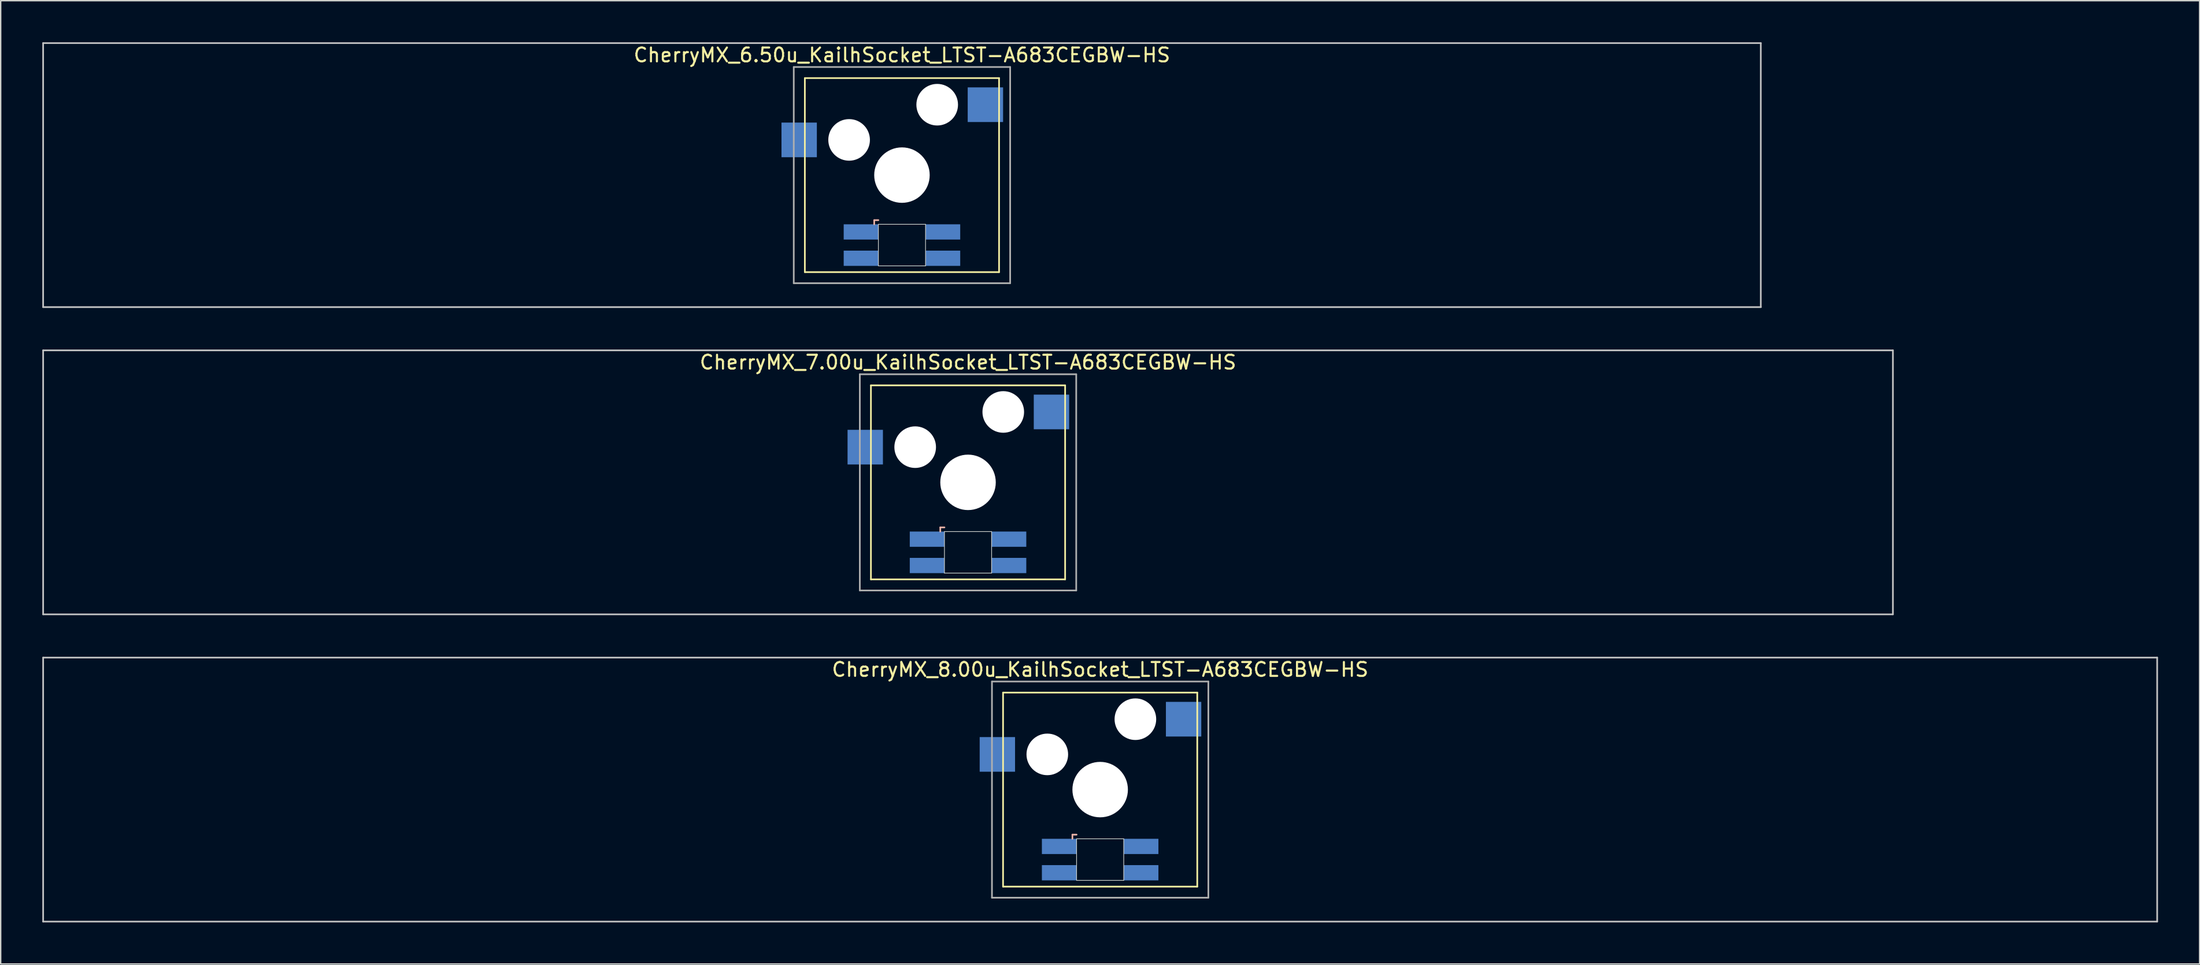
<source format=kicad_pcb>
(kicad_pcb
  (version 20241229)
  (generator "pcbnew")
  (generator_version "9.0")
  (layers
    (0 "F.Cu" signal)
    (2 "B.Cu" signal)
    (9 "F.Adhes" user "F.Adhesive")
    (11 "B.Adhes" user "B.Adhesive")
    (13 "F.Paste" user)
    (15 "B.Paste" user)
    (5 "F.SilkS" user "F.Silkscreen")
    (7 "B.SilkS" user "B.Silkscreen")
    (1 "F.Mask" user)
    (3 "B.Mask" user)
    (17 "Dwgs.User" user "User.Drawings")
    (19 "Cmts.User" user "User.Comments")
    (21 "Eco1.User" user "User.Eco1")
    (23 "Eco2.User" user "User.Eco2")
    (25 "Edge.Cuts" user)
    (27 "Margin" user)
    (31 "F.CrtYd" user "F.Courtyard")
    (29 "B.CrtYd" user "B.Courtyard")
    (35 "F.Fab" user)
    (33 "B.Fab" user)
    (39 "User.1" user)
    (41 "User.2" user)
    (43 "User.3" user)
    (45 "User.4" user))
  (footprint "CherryMX_7.00u_KailhSocket_LTST-A683CEGBW-HS"
    (layer "F.Cu")
    (at 66.735 31.755)
    (property "Reference" "CherryMX_7.00u_KailhSocket_LTST-A683CEGBW-HS" (at 0 -8.662 0) (layer "F.SilkS") (effects (font (size 1 1) (thickness 0.15))))
    (attr through_hole)
    (fp_line (start -7 -7) (end -7 7) (stroke (width 0.12) (type solid)) (layer "F.SilkS"))
    (fp_line (start -7 -7) (end 7 -7) (stroke (width 0.12) (type solid)) (layer "F.SilkS"))
    (fp_line (start 7 -7) (end 7 7) (stroke (width 0.12) (type solid)) (layer "F.SilkS"))
    (fp_line (start 7 7) (end -7 7) (stroke (width 0.12) (type solid)) (layer "F.SilkS"))
    (fp_line (start -2 3.25) (end -2 3.55) (stroke (width 0.12) (type solid)) (layer "B.SilkS"))
    (fp_line (start -1.7 3.25) (end -2 3.25) (stroke (width 0.12) (type solid)) (layer "B.SilkS"))
    (fp_line (start -66.675 -9.525) (end 66.675 -9.525) (stroke (width 0.12) (type solid)) (layer "Dwgs.User"))
    (fp_line (start -66.675 9.525) (end -66.675 -9.525) (stroke (width 0.12) (type solid)) (layer "Dwgs.User"))
    (fp_line (start 66.675 -9.525) (end 66.675 9.525) (stroke (width 0.12) (type solid)) (layer "Dwgs.User"))
    (fp_line (start 66.675 9.525) (end -66.675 9.525) (stroke (width 0.12) (type solid)) (layer "Dwgs.User"))
    (fp_line (start -1.7 3.55) (end 1.7 3.55) (stroke (width 0.05) (type solid)) (layer "Edge.Cuts"))
    (fp_line (start -1.7 6.55) (end -1.7 3.55) (stroke (width 0.05) (type solid)) (layer "Edge.Cuts"))
    (fp_line (start 1.7 3.55) (end 1.7 6.55) (stroke (width 0.05) (type solid)) (layer "Edge.Cuts"))
    (fp_line (start 1.7 6.55) (end -1.7 6.55) (stroke (width 0.05) (type solid)) (layer "Edge.Cuts"))
    (fp_line (start -7.8 -7.8) (end -7.8 7.8) (stroke (width 0.12) (type solid)) (layer "F.Fab"))
    (fp_line (start -7.8 -7.8) (end 7.8 -7.8) (stroke (width 0.12) (type solid)) (layer "F.Fab"))
    (fp_line (start -7.8 7.8) (end 7.8 7.8) (stroke (width 0.12) (type solid)) (layer "F.Fab"))
    (fp_line (start 7.8 -7.8) (end 7.8 7.8) (stroke (width 0.12) (type solid)) (layer "F.Fab"))
    (pad "" np_thru_hole circle (at -3.81 -2.54) (size 3 3) (drill 3) (layers "*.Cu" "*.Mask"))
    (pad "" np_thru_hole circle (at 0 0) (size 4 4) (drill 4) (layers "*.Cu" "*.Mask"))
    (pad "" np_thru_hole circle (at 2.54 -5.08) (size 3 3) (drill 3) (layers "*.Cu" "*.Mask"))
    (pad "1" smd rect (at -7.41 -2.54) (size 2.55 2.5) (layers "B.Cu" "B.Mask" "B.Paste"))
    (pad "2" smd rect (at 6.015 -5.08) (size 2.55 2.5) (layers "B.Cu" "B.Mask" "B.Paste"))
    (pad "3" smd rect (at -2.95 4.1) (size 2.5 1.1) (layers "B.Cu" "B.Mask" "B.Paste"))
    (pad "4" smd rect (at -2.95 6) (size 2.5 1.1) (layers "B.Cu" "B.Mask" "B.Paste"))
    (pad "5" smd rect (at 2.95 4.1) (size 2.5 1.1) (layers "B.Cu" "B.Mask" "B.Paste"))
    (pad "6" smd rect (at 2.95 6) (size 2.5 1.1) (layers "B.Cu" "B.Mask" "B.Paste")))
  (footprint "CherryMX_8.00u_KailhSocket_LTST-A683CEGBW-HS"
    (layer "F.Cu")
    (at 76.26 53.925)
    (property "Reference" "CherryMX_8.00u_KailhSocket_LTST-A683CEGBW-HS" (at 0 -8.662 0) (layer "F.SilkS") (effects (font (size 1 1) (thickness 0.15))))
    (attr through_hole)
    (fp_line (start -7 -7) (end -7 7) (stroke (width 0.12) (type solid)) (layer "F.SilkS"))
    (fp_line (start -7 -7) (end 7 -7) (stroke (width 0.12) (type solid)) (layer "F.SilkS"))
    (fp_line (start 7 -7) (end 7 7) (stroke (width 0.12) (type solid)) (layer "F.SilkS"))
    (fp_line (start 7 7) (end -7 7) (stroke (width 0.12) (type solid)) (layer "F.SilkS"))
    (fp_line (start -2 3.25) (end -2 3.55) (stroke (width 0.12) (type solid)) (layer "B.SilkS"))
    (fp_line (start -1.7 3.25) (end -2 3.25) (stroke (width 0.12) (type solid)) (layer "B.SilkS"))
    (fp_line (start -76.2 -9.525) (end 76.2 -9.525) (stroke (width 0.12) (type solid)) (layer "Dwgs.User"))
    (fp_line (start -76.2 9.525) (end -76.2 -9.525) (stroke (width 0.12) (type solid)) (layer "Dwgs.User"))
    (fp_line (start 76.2 -9.525) (end 76.2 9.525) (stroke (width 0.12) (type solid)) (layer "Dwgs.User"))
    (fp_line (start 76.2 9.525) (end -76.2 9.525) (stroke (width 0.12) (type solid)) (layer "Dwgs.User"))
    (fp_line (start -1.7 3.55) (end 1.7 3.55) (stroke (width 0.05) (type solid)) (layer "Edge.Cuts"))
    (fp_line (start -1.7 6.55) (end -1.7 3.55) (stroke (width 0.05) (type solid)) (layer "Edge.Cuts"))
    (fp_line (start 1.7 3.55) (end 1.7 6.55) (stroke (width 0.05) (type solid)) (layer "Edge.Cuts"))
    (fp_line (start 1.7 6.55) (end -1.7 6.55) (stroke (width 0.05) (type solid)) (layer "Edge.Cuts"))
    (fp_line (start -7.8 -7.8) (end -7.8 7.8) (stroke (width 0.12) (type solid)) (layer "F.Fab"))
    (fp_line (start -7.8 -7.8) (end 7.8 -7.8) (stroke (width 0.12) (type solid)) (layer "F.Fab"))
    (fp_line (start -7.8 7.8) (end 7.8 7.8) (stroke (width 0.12) (type solid)) (layer "F.Fab"))
    (fp_line (start 7.8 -7.8) (end 7.8 7.8) (stroke (width 0.12) (type solid)) (layer "F.Fab"))
    (pad "" np_thru_hole circle (at -3.81 -2.54) (size 3 3) (drill 3) (layers "*.Cu" "*.Mask"))
    (pad "" np_thru_hole circle (at 0 0) (size 4 4) (drill 4) (layers "*.Cu" "*.Mask"))
    (pad "" np_thru_hole circle (at 2.54 -5.08) (size 3 3) (drill 3) (layers "*.Cu" "*.Mask"))
    (pad "1" smd rect (at -7.41 -2.54) (size 2.55 2.5) (layers "B.Cu" "B.Mask" "B.Paste"))
    (pad "2" smd rect (at 6.015 -5.08) (size 2.55 2.5) (layers "B.Cu" "B.Mask" "B.Paste"))
    (pad "3" smd rect (at -2.95 4.1) (size 2.5 1.1) (layers "B.Cu" "B.Mask" "B.Paste"))
    (pad "4" smd rect (at -2.95 6) (size 2.5 1.1) (layers "B.Cu" "B.Mask" "B.Paste"))
    (pad "5" smd rect (at 2.95 4.1) (size 2.5 1.1) (layers "B.Cu" "B.Mask" "B.Paste"))
    (pad "6" smd rect (at 2.95 6) (size 2.5 1.1) (layers "B.Cu" "B.Mask" "B.Paste")))
  (footprint "CherryMX_6.50u_KailhSocket_LTST-A683CEGBW-HS"
    (layer "F.Cu")
    (at 61.972 9.585)
    (property "Reference" "CherryMX_6.50u_KailhSocket_LTST-A683CEGBW-HS" (at 0 -8.662 0) (layer "F.SilkS") (effects (font (size 1 1) (thickness 0.15))))
    (attr through_hole)
    (fp_line (start -7 -7) (end -7 7) (stroke (width 0.12) (type solid)) (layer "F.SilkS"))
    (fp_line (start -7 -7) (end 7 -7) (stroke (width 0.12) (type solid)) (layer "F.SilkS"))
    (fp_line (start 7 -7) (end 7 7) (stroke (width 0.12) (type solid)) (layer "F.SilkS"))
    (fp_line (start 7 7) (end -7 7) (stroke (width 0.12) (type solid)) (layer "F.SilkS"))
    (fp_line (start -2 3.25) (end -2 3.55) (stroke (width 0.12) (type solid)) (layer "B.SilkS"))
    (fp_line (start -1.7 3.25) (end -2 3.25) (stroke (width 0.12) (type solid)) (layer "B.SilkS"))
    (fp_line (start -61.913 -9.525) (end 61.913 -9.525) (stroke (width 0.12) (type solid)) (layer "Dwgs.User"))
    (fp_line (start -61.913 9.525) (end -61.913 -9.525) (stroke (width 0.12) (type solid)) (layer "Dwgs.User"))
    (fp_line (start 61.913 -9.525) (end 61.913 9.525) (stroke (width 0.12) (type solid)) (layer "Dwgs.User"))
    (fp_line (start 61.913 9.525) (end -61.913 9.525) (stroke (width 0.12) (type solid)) (layer "Dwgs.User"))
    (fp_line (start -1.7 3.55) (end 1.7 3.55) (stroke (width 0.05) (type solid)) (layer "Edge.Cuts"))
    (fp_line (start -1.7 6.55) (end -1.7 3.55) (stroke (width 0.05) (type solid)) (layer "Edge.Cuts"))
    (fp_line (start 1.7 3.55) (end 1.7 6.55) (stroke (width 0.05) (type solid)) (layer "Edge.Cuts"))
    (fp_line (start 1.7 6.55) (end -1.7 6.55) (stroke (width 0.05) (type solid)) (layer "Edge.Cuts"))
    (fp_line (start -7.8 -7.8) (end -7.8 7.8) (stroke (width 0.12) (type solid)) (layer "F.Fab"))
    (fp_line (start -7.8 -7.8) (end 7.8 -7.8) (stroke (width 0.12) (type solid)) (layer "F.Fab"))
    (fp_line (start -7.8 7.8) (end 7.8 7.8) (stroke (width 0.12) (type solid)) (layer "F.Fab"))
    (fp_line (start 7.8 -7.8) (end 7.8 7.8) (stroke (width 0.12) (type solid)) (layer "F.Fab"))
    (pad "" np_thru_hole circle (at -3.81 -2.54) (size 3 3) (drill 3) (layers "*.Cu" "*.Mask"))
    (pad "" np_thru_hole circle (at 0 0) (size 4 4) (drill 4) (layers "*.Cu" "*.Mask"))
    (pad "" np_thru_hole circle (at 2.54 -5.08) (size 3 3) (drill 3) (layers "*.Cu" "*.Mask"))
    (pad "1" smd rect (at -7.41 -2.54) (size 2.55 2.5) (layers "B.Cu" "B.Mask" "B.Paste"))
    (pad "2" smd rect (at 6.015 -5.08) (size 2.55 2.5) (layers "B.Cu" "B.Mask" "B.Paste"))
    (pad "3" smd rect (at -2.95 4.1) (size 2.5 1.1) (layers "B.Cu" "B.Mask" "B.Paste"))
    (pad "4" smd rect (at -2.95 6) (size 2.5 1.1) (layers "B.Cu" "B.Mask" "B.Paste"))
    (pad "5" smd rect (at 2.95 4.1) (size 2.5 1.1) (layers "B.Cu" "B.Mask" "B.Paste"))
    (pad "6" smd rect (at 2.95 6) (size 2.5 1.1) (layers "B.Cu" "B.Mask" "B.Paste")))
  (gr_rect
    (start -3 -3)
    (end 155.52 66.51)
    (stroke (width 0.1) (type default))
    (fill no)
    (layer "Edge.Cuts")))
</source>
